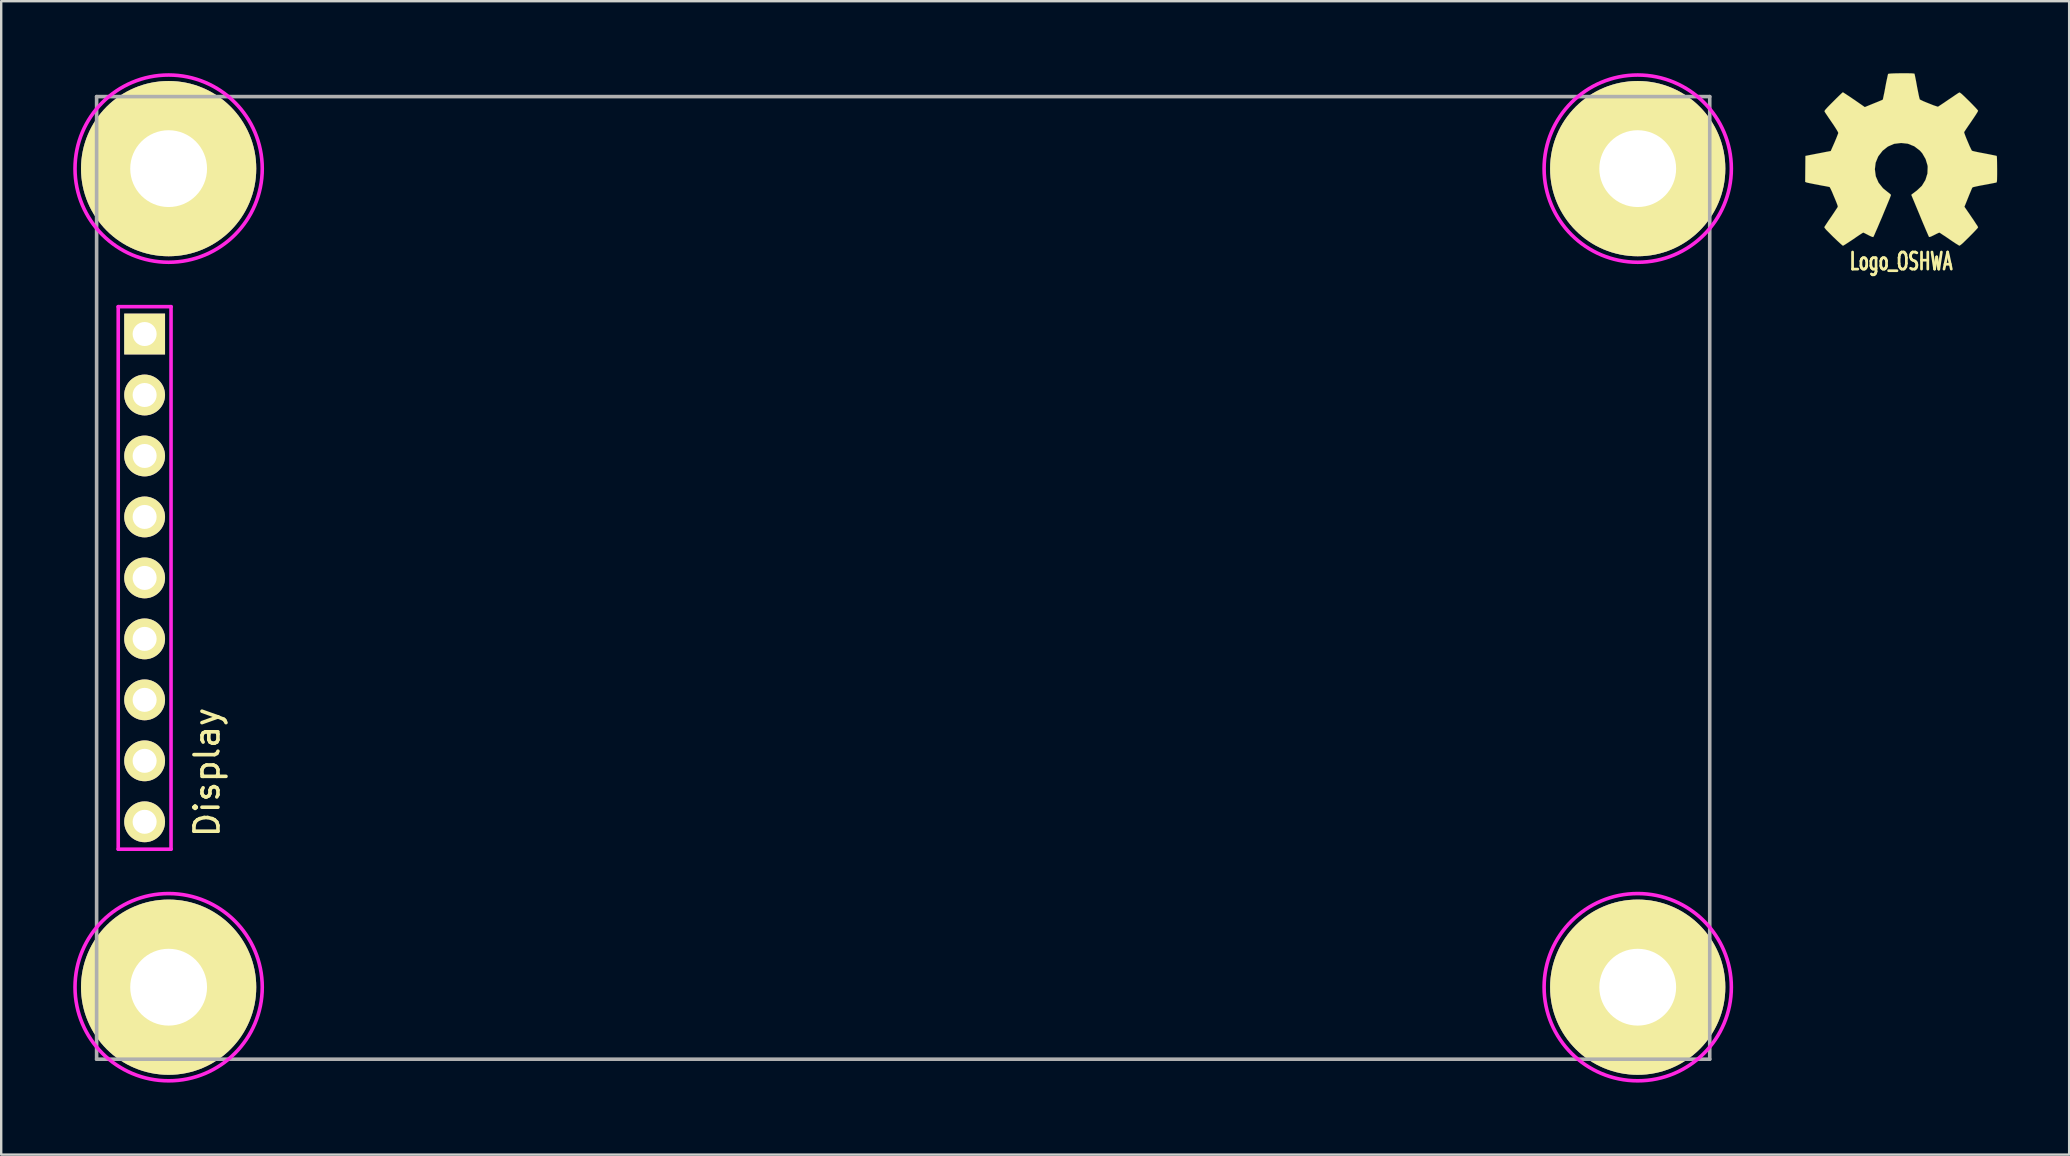
<source format=kicad_pcb>
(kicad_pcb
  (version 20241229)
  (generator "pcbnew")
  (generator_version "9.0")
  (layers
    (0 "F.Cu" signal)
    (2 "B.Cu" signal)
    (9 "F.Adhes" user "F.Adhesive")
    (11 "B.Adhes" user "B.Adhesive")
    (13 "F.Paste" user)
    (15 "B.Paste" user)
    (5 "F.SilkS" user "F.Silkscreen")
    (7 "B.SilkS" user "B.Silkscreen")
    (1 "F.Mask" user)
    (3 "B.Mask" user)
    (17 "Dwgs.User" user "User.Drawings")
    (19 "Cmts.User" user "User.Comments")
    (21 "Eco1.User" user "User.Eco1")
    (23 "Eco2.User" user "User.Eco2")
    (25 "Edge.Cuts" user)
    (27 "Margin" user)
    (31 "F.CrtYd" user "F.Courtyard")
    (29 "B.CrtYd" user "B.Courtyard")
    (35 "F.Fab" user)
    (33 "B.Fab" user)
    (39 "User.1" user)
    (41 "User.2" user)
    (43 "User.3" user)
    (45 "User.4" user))
  (footprint "Display"
    (layer "F.Cu")
    (at 34.575 21.025)
    (property "Reference" "Display" (at -29 8.1 90) (layer "F.SilkS") (effects (font (size 1 1) (thickness 0.15))))
    (attr through_hole)
    (fp_line (start -32.7 -11.3) (end -32.7 11.3) (stroke (width 0.15) (type solid)) (layer "F.CrtYd"))
    (fp_line (start -32.7 -11.3) (end -30.5 -11.3) (stroke (width 0.15) (type solid)) (layer "F.CrtYd"))
    (fp_line (start -32.7 11.3) (end -30.5 11.3) (stroke (width 0.15) (type solid)) (layer "F.CrtYd"))
    (fp_line (start -30.5 -11.3) (end -30.5 11.3) (stroke (width 0.15) (type solid)) (layer "F.CrtYd"))
    (fp_circle (center -30.6 -17.05) (end -30.6 -13.15) (stroke (width 0.15) (type solid)) (fill no) (layer "F.CrtYd"))
    (fp_circle (center -30.6 17.05) (end -30.6 20.95) (stroke (width 0.15) (type solid)) (fill no) (layer "F.CrtYd"))
    (fp_circle (center 30.6 -17.05) (end 30.6 -13.15) (stroke (width 0.15) (type solid)) (fill no) (layer "F.CrtYd"))
    (fp_circle (center 30.6 17.05) (end 30.6 20.95) (stroke (width 0.15) (type solid)) (fill no) (layer "F.CrtYd"))
    (fp_line (start -33.6 -20.05) (end -33.6 20.05) (stroke (width 0.15) (type solid)) (layer "F.Fab"))
    (fp_line (start -33.6 20.05) (end 33.6 20.05) (stroke (width 0.15) (type solid)) (layer "F.Fab"))
    (fp_line (start 33.6 -20.05) (end -33.6 -20.05) (stroke (width 0.15) (type solid)) (layer "F.Fab"))
    (fp_line (start 33.6 20.05) (end 33.6 -20.05) (stroke (width 0.15) (type solid)) (layer "F.Fab"))
    (pad "1" thru_hole rect (at -31.6 -10.16) (size 1.7 1.7) (drill 1) (layers "*.Cu" "*.Mask" "F.SilkS"))
    (pad "2" thru_hole circle (at -31.6 -7.62) (size 1.7 1.7) (drill 1) (layers "*.Cu" "*.Mask" "F.SilkS"))
    (pad "3" thru_hole circle (at -31.6 -5.08) (size 1.7 1.7) (drill 1) (layers "*.Cu" "*.Mask" "F.SilkS"))
    (pad "4" thru_hole circle (at -31.6 -2.54) (size 1.7 1.7) (drill 1) (layers "*.Cu" "*.Mask" "F.SilkS"))
    (pad "5" thru_hole circle (at -31.6 0) (size 1.7 1.7) (drill 1) (layers "*.Cu" "*.Mask" "F.SilkS"))
    (pad "6" thru_hole circle (at -31.6 2.54) (size 1.7 1.7) (drill 1) (layers "*.Cu" "*.Mask" "F.SilkS"))
    (pad "7" thru_hole circle (at -31.6 5.08) (size 1.7 1.7) (drill 1) (layers "*.Cu" "*.Mask" "F.SilkS"))
    (pad "8" thru_hole circle (at -31.6 7.62) (size 1.7 1.7) (drill 1) (layers "*.Cu" "*.Mask" "F.SilkS"))
    (pad "9" thru_hole circle (at -31.6 10.16) (size 1.7 1.7) (drill 1) (layers "*.Cu" "*.Mask" "F.SilkS"))
    (pad "10" thru_hole circle (at -30.6 17.05) (size 7.3 7.3) (drill 3.2) (layers "*.Cu" "*.Mask" "F.SilkS"))
    (pad "11" thru_hole circle (at -30.6 -17.05) (size 7.3 7.3) (drill 3.2) (layers "*.Cu" "*.Mask" "F.SilkS"))
    (pad "12" thru_hole circle (at 30.6 -17.05) (size 7.3 7.3) (drill 3.2) (layers "*.Cu" "*.Mask" "F.SilkS"))
    (pad "13" thru_hole circle (at 30.6 17.05) (size 7.3 7.3) (drill 3.2) (layers "*.Cu" "*.Mask" "F.SilkS")))
  (footprint "Logo_OSHWA"
    (layer "F.Cu")
    (at 76.149 3.595)
    (property "Reference" "Logo_OSHWA" (at 0 4.242 0) (layer "F.SilkS") (effects (font (size 0.711 0.457) (thickness 0.114))))
    (attr through_hole)
    (fp_poly (pts (xy -2.423 3.592) (xy -2.383 3.571) (xy -2.289 3.513) (xy -2.154 3.424) (xy -1.996 3.32) (xy -1.839 3.211) (xy -1.709 3.124) (xy -1.618 3.066) (xy -1.58 3.045) (xy -1.56 3.051) (xy -1.483 3.089) (xy -1.374 3.145) (xy -1.311 3.178) (xy -1.212 3.221) (xy -1.161 3.231) (xy -1.153 3.216) (xy -1.115 3.139) (xy -1.059 3.007) (xy -0.983 2.835) (xy -0.897 2.631) (xy -0.803 2.413) (xy -0.711 2.189) (xy -0.622 1.976) (xy -0.544 1.786) (xy -0.48 1.631) (xy -0.439 1.521) (xy -0.424 1.476) (xy -0.429 1.466) (xy -0.48 1.417) (xy -0.566 1.351) (xy -0.757 1.196) (xy -0.942 0.963) (xy -1.057 0.699) (xy -1.095 0.404) (xy -1.062 0.132) (xy -0.955 -0.13) (xy -0.772 -0.366) (xy -0.551 -0.541) (xy -0.292 -0.653) (xy 0 -0.688) (xy 0.279 -0.658) (xy 0.546 -0.551) (xy 0.782 -0.371) (xy 0.881 -0.257) (xy 1.019 -0.018) (xy 1.097 0.239) (xy 1.105 0.302) (xy 1.095 0.584) (xy 1.011 0.853) (xy 0.864 1.095) (xy 0.658 1.29) (xy 0.63 1.311) (xy 0.536 1.382) (xy 0.472 1.43) (xy 0.422 1.471) (xy 0.78 2.332) (xy 0.836 2.469) (xy 0.935 2.705) (xy 1.021 2.908) (xy 1.09 3.068) (xy 1.138 3.178) (xy 1.158 3.221) (xy 1.161 3.223) (xy 1.191 3.228) (xy 1.257 3.203) (xy 1.377 3.145) (xy 1.458 3.104) (xy 1.549 3.061) (xy 1.59 3.045) (xy 1.626 3.063) (xy 1.712 3.122) (xy 1.841 3.205) (xy 1.994 3.31) (xy 2.141 3.411) (xy 2.276 3.5) (xy 2.375 3.561) (xy 2.423 3.589) (xy 2.431 3.589) (xy 2.471 3.564) (xy 2.55 3.5) (xy 2.667 3.388) (xy 2.832 3.226) (xy 2.857 3.2) (xy 2.995 3.061) (xy 3.106 2.944) (xy 3.18 2.863) (xy 3.205 2.824) (xy 3.183 2.776) (xy 3.119 2.68) (xy 3.03 2.543) (xy 2.921 2.383) (xy 2.637 1.968) (xy 2.794 1.577) (xy 2.842 1.458) (xy 2.903 1.313) (xy 2.946 1.209) (xy 2.972 1.163) (xy 3.012 1.148) (xy 3.122 1.123) (xy 3.277 1.09) (xy 3.459 1.057) (xy 3.637 1.024) (xy 3.797 0.993) (xy 3.912 0.97) (xy 3.962 0.96) (xy 3.975 0.953) (xy 3.985 0.927) (xy 3.993 0.874) (xy 3.995 0.777) (xy 3.998 0.625) (xy 3.998 0.404) (xy 3.998 0.381) (xy 3.995 0.17) (xy 3.993 0.003) (xy 3.988 -0.107) (xy 3.98 -0.15) (xy 3.929 -0.163) (xy 3.818 -0.185) (xy 3.658 -0.218) (xy 3.467 -0.254) (xy 3.457 -0.257) (xy 3.266 -0.292) (xy 3.109 -0.325) (xy 2.997 -0.351) (xy 2.951 -0.366) (xy 2.941 -0.378) (xy 2.903 -0.452) (xy 2.847 -0.569) (xy 2.786 -0.714) (xy 2.723 -0.861) (xy 2.67 -0.996) (xy 2.634 -1.095) (xy 2.624 -1.14) (xy 2.652 -1.186) (xy 2.718 -1.285) (xy 2.809 -1.42) (xy 2.921 -1.582) (xy 2.929 -1.595) (xy 3.038 -1.755) (xy 3.127 -1.89) (xy 3.185 -1.986) (xy 3.205 -2.029) (xy 3.205 -2.032) (xy 3.17 -2.08) (xy 3.089 -2.169) (xy 2.972 -2.291) (xy 2.832 -2.433) (xy 2.786 -2.477) (xy 2.631 -2.629) (xy 2.525 -2.728) (xy 2.456 -2.781) (xy 2.423 -2.794) (xy 2.423 -2.791) (xy 2.375 -2.764) (xy 2.273 -2.697) (xy 2.136 -2.603) (xy 1.974 -2.494) (xy 1.963 -2.487) (xy 1.803 -2.377) (xy 1.671 -2.289) (xy 1.575 -2.225) (xy 1.534 -2.2) (xy 1.527 -2.2) (xy 1.463 -2.22) (xy 1.349 -2.258) (xy 1.209 -2.314) (xy 1.062 -2.372) (xy 0.927 -2.428) (xy 0.826 -2.477) (xy 0.777 -2.502) (xy 0.777 -2.504) (xy 0.759 -2.563) (xy 0.732 -2.682) (xy 0.699 -2.847) (xy 0.66 -3.043) (xy 0.655 -3.073) (xy 0.62 -3.264) (xy 0.589 -3.421) (xy 0.566 -3.531) (xy 0.554 -3.576) (xy 0.528 -3.581) (xy 0.434 -3.589) (xy 0.292 -3.592) (xy 0.119 -3.594) (xy -0.061 -3.592) (xy -0.236 -3.589) (xy -0.389 -3.584) (xy -0.495 -3.576) (xy -0.541 -3.566) (xy -0.544 -3.564) (xy -0.559 -3.505) (xy -0.584 -3.386) (xy -0.62 -3.221) (xy -0.658 -3.023) (xy -0.663 -2.99) (xy -0.699 -2.799) (xy -0.732 -2.644) (xy -0.754 -2.535) (xy -0.767 -2.494) (xy -0.782 -2.484) (xy -0.861 -2.451) (xy -0.988 -2.398) (xy -1.148 -2.334) (xy -1.514 -2.184) (xy -1.961 -2.494) (xy -2.004 -2.522) (xy -2.164 -2.631) (xy -2.299 -2.72) (xy -2.39 -2.779) (xy -2.428 -2.802) (xy -2.431 -2.799) (xy -2.477 -2.761) (xy -2.565 -2.677) (xy -2.687 -2.558) (xy -2.827 -2.418) (xy -2.931 -2.314) (xy -3.056 -2.187) (xy -3.134 -2.103) (xy -3.178 -2.047) (xy -3.193 -2.014) (xy -3.188 -1.994) (xy -3.16 -1.948) (xy -3.094 -1.849) (xy -3.002 -1.712) (xy -2.893 -1.554) (xy -2.802 -1.42) (xy -2.705 -1.27) (xy -2.642 -1.163) (xy -2.619 -1.11) (xy -2.624 -1.087) (xy -2.657 -1.001) (xy -2.71 -0.866) (xy -2.776 -0.709) (xy -2.934 -0.353) (xy -3.167 -0.31) (xy -3.307 -0.282) (xy -3.505 -0.244) (xy -3.693 -0.208) (xy -3.988 -0.15) (xy -3.998 0.932) (xy -3.952 0.953) (xy -3.909 0.965) (xy -3.8 0.988) (xy -3.645 1.019) (xy -3.459 1.054) (xy -3.305 1.085) (xy -3.145 1.113) (xy -3.033 1.135) (xy -2.982 1.146) (xy -2.969 1.163) (xy -2.929 1.24) (xy -2.873 1.361) (xy -2.812 1.509) (xy -2.748 1.659) (xy -2.692 1.798) (xy -2.652 1.905) (xy -2.639 1.961) (xy -2.659 2.004) (xy -2.72 2.095) (xy -2.807 2.228) (xy -2.913 2.385) (xy -3.023 2.543) (xy -3.111 2.677) (xy -3.175 2.774) (xy -3.2 2.817) (xy -3.188 2.847) (xy -3.127 2.924) (xy -3.007 3.045) (xy -2.832 3.221) (xy -2.802 3.249) (xy -2.662 3.383) (xy -2.543 3.493) (xy -2.461 3.566) (xy -2.423 3.592)) (stroke (width 0.003) (type solid)) (fill yes) (layer "F.SilkS")))
  (gr_rect
    (start -3 -3)
    (end 83.148 45.05)
    (stroke (width 0.1) (type default))
    (fill no)
    (layer "Edge.Cuts")))
</source>
